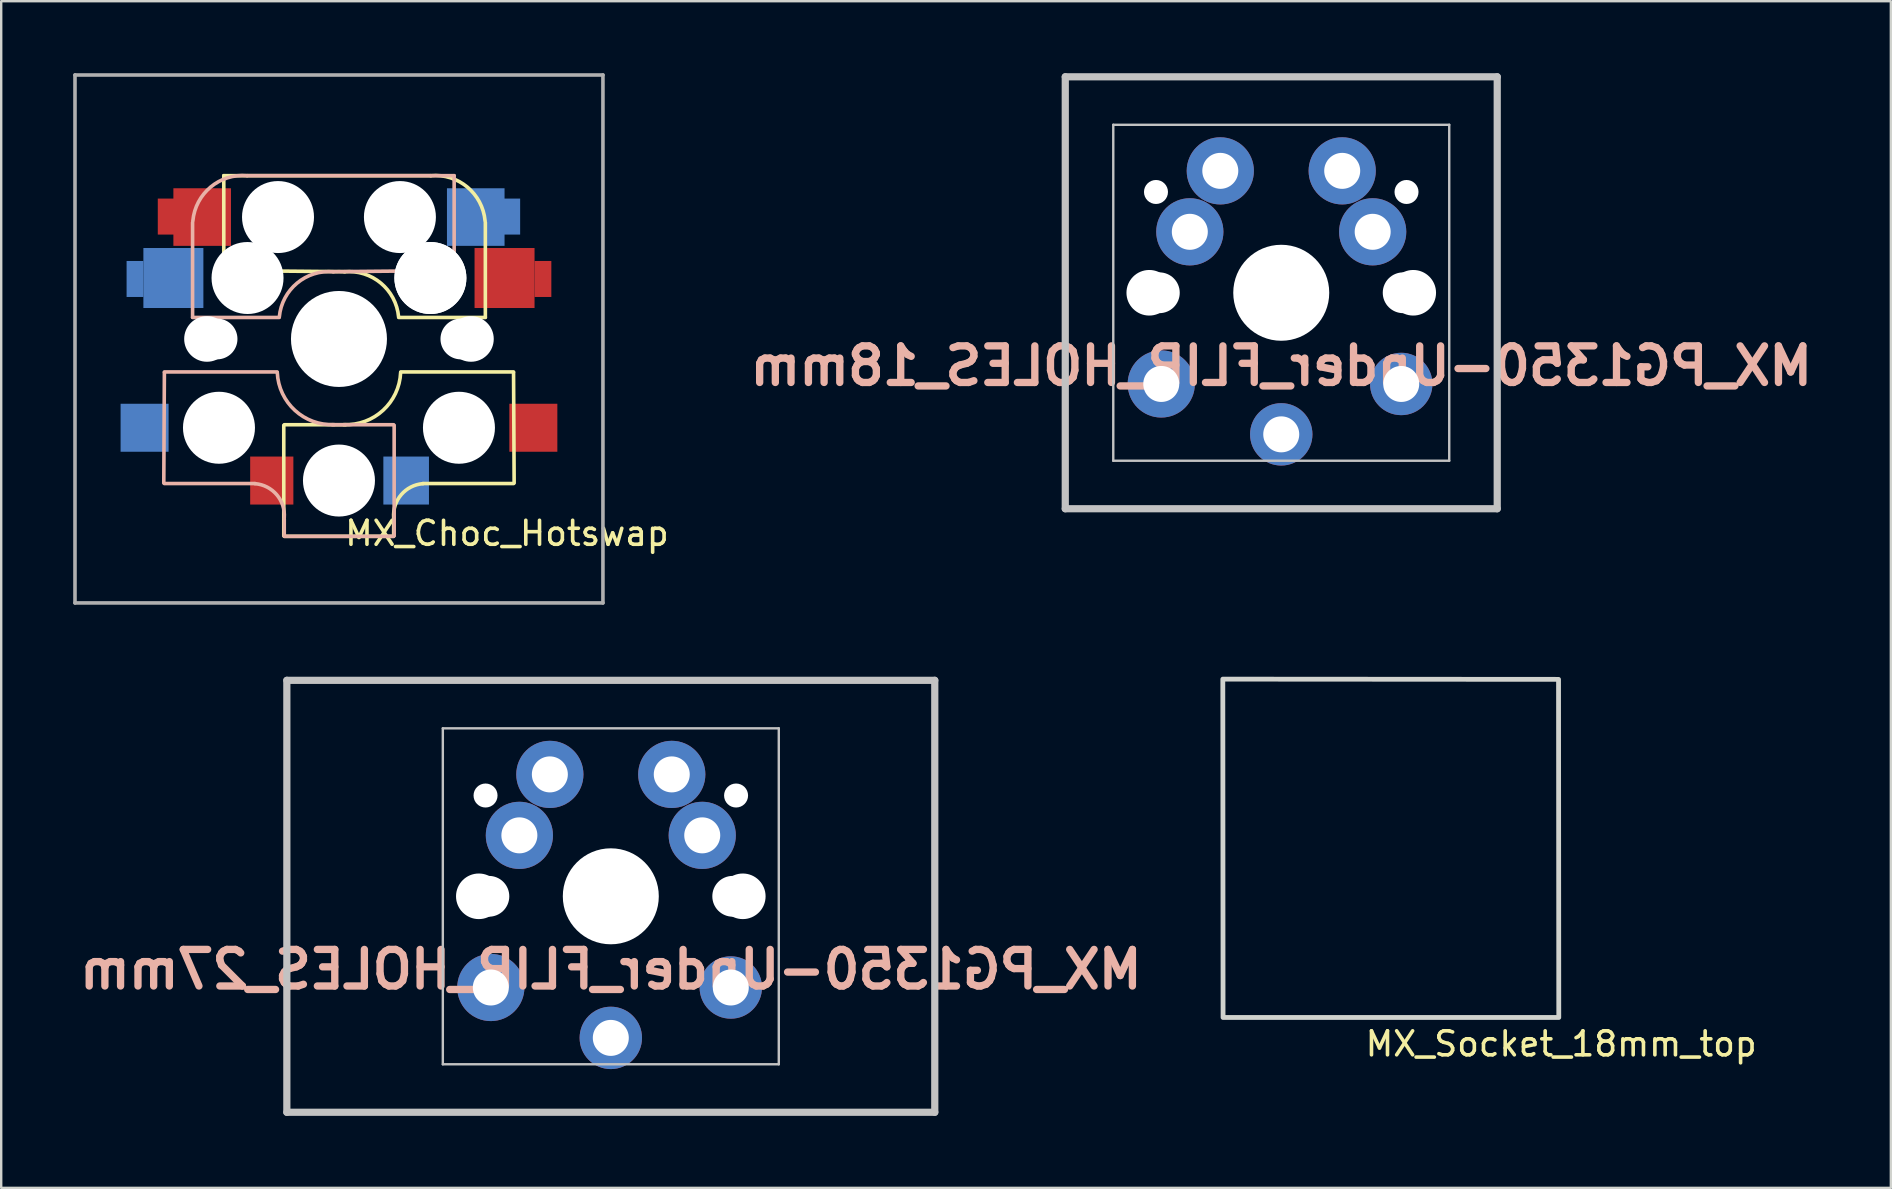
<source format=kicad_pcb>
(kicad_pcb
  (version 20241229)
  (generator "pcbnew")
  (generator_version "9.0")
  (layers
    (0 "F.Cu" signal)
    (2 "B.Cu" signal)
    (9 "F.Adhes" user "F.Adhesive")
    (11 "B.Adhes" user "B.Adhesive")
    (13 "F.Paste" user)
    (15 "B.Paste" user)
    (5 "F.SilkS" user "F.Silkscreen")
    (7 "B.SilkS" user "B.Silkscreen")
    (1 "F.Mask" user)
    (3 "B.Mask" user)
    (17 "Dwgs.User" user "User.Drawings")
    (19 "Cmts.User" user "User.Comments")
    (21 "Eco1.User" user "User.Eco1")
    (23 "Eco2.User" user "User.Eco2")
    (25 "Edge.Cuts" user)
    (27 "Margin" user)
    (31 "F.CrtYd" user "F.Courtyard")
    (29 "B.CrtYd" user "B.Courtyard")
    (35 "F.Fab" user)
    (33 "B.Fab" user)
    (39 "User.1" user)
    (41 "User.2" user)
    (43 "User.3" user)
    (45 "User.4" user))
  (footprint "MX_PG1350-Under_FLIP_HOLES_18mm"
    (layer "F.Cu")
    (at 50.341 9.15)
    (property "Reference" "MX_PG1350-Under_FLIP_HOLES_18mm" (at 0 3.048 0) (layer "B.SilkS") (effects (font (size 1.524 1.524) (thickness 0.305)) (justify mirror)))
    (attr through_hole)
    (fp_line (start -9 -9) (end 9 -9) (stroke (width 0.3) (type solid)) (layer "Dwgs.User"))
    (fp_line (start -9 9) (end -9 -9) (stroke (width 0.3) (type solid)) (layer "Dwgs.User"))
    (fp_line (start -7 -7) (end 7 -7) (stroke (width 0.1) (type solid)) (layer "Dwgs.User"))
    (fp_line (start -7 7) (end -7 -7) (stroke (width 0.1) (type solid)) (layer "Dwgs.User"))
    (fp_line (start 7 -7) (end 7 7) (stroke (width 0.1) (type solid)) (layer "Dwgs.User"))
    (fp_line (start 7 7) (end -7 7) (stroke (width 0.1) (type solid)) (layer "Dwgs.User"))
    (fp_line (start 9 -9) (end 9 9) (stroke (width 0.3) (type solid)) (layer "Dwgs.User"))
    (fp_line (start 9 9) (end -9 9) (stroke (width 0.3) (type solid)) (layer "Dwgs.User"))
    (pad "" np_thru_hole circle (at -5.5 0) (size 1.9 1.9) (drill 1.9) (layers "*.Cu" "*.Mask"))
    (pad "" np_thru_hole circle (at -5.22 -4.2) (size 1 1) (drill 1) (layers "*.Cu" "*.Mask"))
    (pad "" np_thru_hole circle (at -5.08 0) (size 1.7 1.7) (drill 1.7) (layers "*.Cu" "*.Mask"))
    (pad "" np_thru_hole circle (at 0 0) (size 4 4) (drill 4) (layers "*.Cu" "*.Mask"))
    (pad "" np_thru_hole circle (at 5.08 0) (size 1.7 1.7) (drill 1.7) (layers "*.Cu" "*.Mask"))
    (pad "" np_thru_hole circle (at 5.22 -4.2) (size 1 1) (drill 1) (layers "*.Cu" "*.Mask"))
    (pad "" np_thru_hole circle (at 5.5 0) (size 1.9 1.9) (drill 1.9) (layers "*.Cu" "*.Mask"))
    (pad "1" thru_hole circle (at -3.81 -2.54) (size 2.8 2.8) (drill 1.5) (layers "*.Cu" "*.Mask"))
    (pad "1" thru_hole circle (at -2.54 -5.08) (size 2.8 2.8) (drill 1.5) (layers "*.Cu" "*.Mask"))
    (pad "1" thru_hole circle (at 0 5.9) (size 2.6 2.6) (drill 1.5) (layers "*.Cu" "*.Mask"))
    (pad "2" thru_hole circle (at -5 3.8) (size 2.8 2.8) (drill 1.5) (layers "*.Cu" "*.Mask"))
    (pad "2" thru_hole circle (at 2.54 -5.08) (size 2.8 2.8) (drill 1.5) (layers "*.Cu" "*.Mask"))
    (pad "2" thru_hole circle (at 3.81 -2.54) (size 2.8 2.8) (drill 1.5) (layers "*.Cu" "*.Mask"))
    (pad "2" thru_hole circle (at 5 3.8) (size 2.6 2.6) (drill 1.5) (layers "*.Cu" "*.Mask")))
  (footprint "MX_Choc_Hotswap"
    (layer "F.Cu")
    (at 11.075 11.075)
    (property "Reference" "MX_Choc_Hotswap" (at 7 8.1 0) (layer "F.SilkS") (effects (font (size 1 1) (thickness 0.15))))
    (attr through_hole)
    (fp_line (start -4.8 -6.804) (end 3.825 -6.804) (stroke (width 0.15) (type solid)) (layer "F.SilkS"))
    (fp_line (start -4.8 -2.896) (end -4.8 -6.804) (stroke (width 0.15) (type solid)) (layer "F.SilkS"))
    (fp_line (start -4.8 -2.85) (end 0.25 -2.804) (stroke (width 0.15) (type solid)) (layer "F.SilkS"))
    (fp_line (start -2.3 3.6) (end -2.3 8.2) (stroke (width 0.15) (type solid)) (layer "F.SilkS"))
    (fp_line (start -2.275 3.575) (end 0.275 3.575) (stroke (width 0.15) (type solid)) (layer "F.SilkS"))
    (fp_line (start -2.275 8.225) (end 2.275 8.225) (stroke (width 0.15) (type solid)) (layer "F.SilkS"))
    (fp_line (start 2.28 7.5) (end 2.28 8.2) (stroke (width 0.15) (type solid)) (layer "F.SilkS"))
    (fp_line (start 2.575 1.375) (end 7.275 1.375) (stroke (width 0.15) (type solid)) (layer "F.SilkS"))
    (fp_line (start 3.5 6.025) (end 7.275 6.025) (stroke (width 0.15) (type solid)) (layer "F.SilkS"))
    (fp_line (start 6.1 -4.85) (end 6.1 -0.905) (stroke (width 0.15) (type solid)) (layer "F.SilkS"))
    (fp_line (start 6.1 -0.896) (end 2.49 -0.896) (stroke (width 0.15) (type solid)) (layer "F.SilkS"))
    (fp_line (start 7.275 1.4) (end 7.3 6) (stroke (width 0.15) (type solid)) (layer "F.SilkS"))
    (fp_arc (start 0.225 -2.8) (mid 1.744361 -2.328062) (end 2.485001 -0.920001) (stroke (width 0.15) (type solid)) (layer "F.SilkS"))
    (fp_arc (start 2.279999 7.449999) (mid 2.595908 6.487329) (end 3.5 6.03) (stroke (width 0.15) (type solid)) (layer "F.SilkS"))
    (fp_arc (start 2.57 1.4) (mid 1.834422 2.975843) (end 0.2 3.57) (stroke (width 0.15) (type solid)) (layer "F.SilkS"))
    (fp_arc (start 3.825 -6.804) (mid 5.347189 -6.33089) (end 6.089 -4.92) (stroke (width 0.15) (type solid)) (layer "F.SilkS"))
    (fp_line (start -7.275 1.4) (end -7.3 6) (stroke (width 0.15) (type solid)) (layer "B.SilkS"))
    (fp_line (start -6.1 -4.85) (end -6.1 -0.905) (stroke (width 0.15) (type solid)) (layer "B.SilkS"))
    (fp_line (start -6.1 -0.896) (end -2.49 -0.896) (stroke (width 0.15) (type solid)) (layer "B.SilkS"))
    (fp_line (start -3.5 6.025) (end -7.275 6.025) (stroke (width 0.15) (type solid)) (layer "B.SilkS"))
    (fp_line (start -2.575 1.375) (end -7.275 1.375) (stroke (width 0.15) (type solid)) (layer "B.SilkS"))
    (fp_line (start -2.28 7.5) (end -2.28 8.2) (stroke (width 0.15) (type solid)) (layer "B.SilkS"))
    (fp_line (start 2.275 3.575) (end -0.275 3.575) (stroke (width 0.15) (type solid)) (layer "B.SilkS"))
    (fp_line (start 2.275 8.225) (end -2.275 8.225) (stroke (width 0.15) (type solid)) (layer "B.SilkS"))
    (fp_line (start 2.3 3.6) (end 2.3 8.2) (stroke (width 0.15) (type solid)) (layer "B.SilkS"))
    (fp_line (start 4.8 -6.804) (end -3.825 -6.804) (stroke (width 0.15) (type solid)) (layer "B.SilkS"))
    (fp_line (start 4.8 -2.896) (end 4.8 -6.804) (stroke (width 0.15) (type solid)) (layer "B.SilkS"))
    (fp_line (start 4.8 -2.85) (end -0.25 -2.804) (stroke (width 0.15) (type solid)) (layer "B.SilkS"))
    (fp_arc (start -6.089 -4.92) (mid -5.347189 -6.33089) (end -3.825 -6.804) (stroke (width 0.15) (type solid)) (layer "B.SilkS"))
    (fp_arc (start -3.5 6.03) (mid -2.595908 6.48733) (end -2.28 7.45) (stroke (width 0.15) (type solid)) (layer "B.SilkS"))
    (fp_arc (start -2.484999 -0.920001) (mid -1.74436 -2.328062) (end -0.225 -2.8) (stroke (width 0.15) (type solid)) (layer "B.SilkS"))
    (fp_arc (start -0.2 3.57) (mid -1.834422 2.975843) (end -2.57 1.4) (stroke (width 0.15) (type solid)) (layer "B.SilkS"))
    (fp_line (start -9 -9) (end 9 -9) (stroke (width 0.15) (type solid)) (layer "Eco2.User"))
    (fp_line (start -9 9) (end -9 -9) (stroke (width 0.15) (type solid)) (layer "Eco2.User"))
    (fp_line (start -7 -7) (end 7 -7) (stroke (width 0.15) (type solid)) (layer "Eco2.User"))
    (fp_line (start -7 7) (end -7 -7) (stroke (width 0.15) (type solid)) (layer "Eco2.User"))
    (fp_line (start 7 -7) (end 7 7) (stroke (width 0.15) (type solid)) (layer "Eco2.User"))
    (fp_line (start 7 7) (end -7 7) (stroke (width 0.15) (type solid)) (layer "Eco2.User"))
    (fp_line (start 9 -9) (end 9 9) (stroke (width 0.15) (type solid)) (layer "Eco2.User"))
    (fp_line (start 9 9) (end -9 9) (stroke (width 0.15) (type solid)) (layer "Eco2.User"))
    (fp_line (start -11 -11) (end -11 11) (stroke (width 0.15) (type solid)) (layer "F.Fab"))
    (fp_line (start -11 11) (end 11 11) (stroke (width 0.15) (type solid)) (layer "F.Fab"))
    (fp_line (start 11 -11) (end -11 -11) (stroke (width 0.15) (type solid)) (layer "F.Fab"))
    (fp_line (start 11 11) (end 11 -11) (stroke (width 0.15) (type solid)) (layer "F.Fab"))
    (pad "" np_thru_hole circle (at -5.5 0 90) (size 1.9 1.9) (drill 1.9) (layers "*.Cu" "*.Mask"))
    (pad "" np_thru_hole circle (at -5.08 0) (size 1.7 1.7) (drill 1.7) (layers "*.Cu" "*.Mask"))
    (pad "" np_thru_hole circle (at -5 3.7 90) (size 3 3) (drill 3) (layers "*.Cu" "*.Mask"))
    (pad "" np_thru_hole circle (at -3.825 -2.58 180) (size 0.1 0.1) (drill 0.1) (layers "*.Cu" "*.Mask"))
    (pad "" np_thru_hole circle (at -3.81 -2.54 180) (size 3 3) (drill 3) (layers "*.Cu" "*.Mask"))
    (pad "" np_thru_hole circle (at -2.54 -5.08 180) (size 3 3) (drill 3) (layers "*.Cu" "*.Mask"))
    (pad "" np_thru_hole circle (at 0 0 90) (size 4 4) (drill 4) (layers "*.Cu" "*.Mask"))
    (pad "" np_thru_hole circle (at 0 5.9 90) (size 3 3) (drill 3) (layers "*.Cu" "*.Mask"))
    (pad "" np_thru_hole circle (at 2.54 -5.08 180) (size 3 3) (drill 3) (layers "*.Cu" "*.Mask"))
    (pad "" np_thru_hole circle (at 3.81 -2.54 180) (size 3 3) (drill 3) (layers "*.Cu" "*.Mask"))
    (pad "" np_thru_hole circle (at 3.81 -2.54 180) (size 3 3) (drill 3) (layers "*.Cu" "*.Mask"))
    (pad "" np_thru_hole circle (at 3.825 -2.58 180) (size 0.1 0.1) (drill 0.1) (layers "*.Cu" "*.Mask"))
    (pad "" np_thru_hole circle (at 5 3.7 270) (size 3 3) (drill 3) (layers "*.Cu" "*.Mask"))
    (pad "" np_thru_hole circle (at 5.08 0) (size 1.7 1.7) (drill 1.7) (layers "*.Cu" "*.Mask"))
    (pad "" np_thru_hole circle (at 5.5 0 90) (size 1.9 1.9) (drill 1.9) (layers "*.Cu" "*.Mask"))
    (pad "1" smd rect (at -8.5 -2.5) (size 0.7 1.5) (layers "B.Cu" "B.Mask" "B.Paste"))
    (pad "1" smd rect (at -8.1 3.7 180) (size 2 2) (layers "B.Cu" "B.Mask" "B.Paste"))
    (pad "1" smd rect (at -7.2 -5.1) (size 0.7 1.5) (layers "F.Cu" "F.Mask" "F.Paste"))
    (pad "1" smd rect (at -6.9 -2.54 180) (size 2.5 2.5) (layers "B.Cu" "B.Mask" "B.Paste"))
    (pad "1" smd rect (at -5.7 -5.08 180) (size 2.4 2.4) (layers "F.Cu" "F.Mask" "F.Paste"))
    (pad "1" smd rect (at 8.1 3.7 180) (size 2 2) (layers "F.Cu" "F.Mask" "F.Paste"))
    (pad "2" smd rect (at -2.8 5.9 180) (size 1.8 2) (layers "F.Cu" "F.Mask" "F.Paste"))
    (pad "2" smd rect (at 2.8 5.9 180) (size 1.9 2) (layers "B.Cu" "B.Mask" "B.Paste"))
    (pad "2" smd rect (at 5.7 -5.08 180) (size 2.4 2.4) (layers "B.Cu" "B.Mask" "B.Paste"))
    (pad "2" smd rect (at 6.9 -2.54 180) (size 2.5 2.5) (layers "F.Cu" "F.Mask" "F.Paste"))
    (pad "2" smd rect (at 7.2 -5.1) (size 0.7 1.5) (layers "B.Cu" "B.Mask" "B.Paste"))
    (pad "2" smd rect (at 8.5 -2.5) (size 0.7 1.5) (layers "F.Cu" "F.Mask" "F.Paste")))
  (footprint "MX_Socket_18mm_top"
    (layer "F.Cu")
    (at 54.906 32.25)
    (property "Reference" "MX_Socket_18mm_top" (at 7.1 8.2 0) (layer "F.SilkS") (effects (font (size 1 1) (thickness 0.15))))
    (attr through_hole)
    (fp_poly (pts (xy 6.99 -6.99) (xy 7 7.1) (xy -6.99 7.1) (xy -7 -7)) (stroke (width 0.2) (type solid)) (fill no) (layer "Edge.Cuts")))
  (footprint "MX_PG1350-Under_FLIP_HOLES_27mm"
    (layer "F.Cu")
    (at 22.403 34.3)
    (property "Reference" "MX_PG1350-Under_FLIP_HOLES_27mm" (at 0 3.048 0) (layer "B.SilkS") (effects (font (size 1.524 1.524) (thickness 0.305)) (justify mirror)))
    (attr through_hole)
    (fp_line (start -13.5 -9) (end 13.5 -9) (stroke (width 0.3) (type solid)) (layer "Dwgs.User"))
    (fp_line (start -13.5 9) (end -13.5 -9) (stroke (width 0.3) (type solid)) (layer "Dwgs.User"))
    (fp_line (start -7 -7) (end 7 -7) (stroke (width 0.1) (type solid)) (layer "Dwgs.User"))
    (fp_line (start -7 7) (end -7 -7) (stroke (width 0.1) (type solid)) (layer "Dwgs.User"))
    (fp_line (start 7 -7) (end 7 7) (stroke (width 0.1) (type solid)) (layer "Dwgs.User"))
    (fp_line (start 7 7) (end -7 7) (stroke (width 0.1) (type solid)) (layer "Dwgs.User"))
    (fp_line (start 13.5 -9) (end 13.5 9) (stroke (width 0.3) (type solid)) (layer "Dwgs.User"))
    (fp_line (start 13.5 9) (end -13.5 9) (stroke (width 0.3) (type solid)) (layer "Dwgs.User"))
    (pad "" np_thru_hole circle (at -5.5 0) (size 1.9 1.9) (drill 1.9) (layers "*.Cu" "*.Mask"))
    (pad "" np_thru_hole circle (at -5.22 -4.2) (size 1 1) (drill 1) (layers "*.Cu" "*.Mask"))
    (pad "" np_thru_hole circle (at -5.08 0) (size 1.7 1.7) (drill 1.7) (layers "*.Cu" "*.Mask"))
    (pad "" np_thru_hole circle (at 0 0) (size 4 4) (drill 4) (layers "*.Cu" "*.Mask"))
    (pad "" np_thru_hole circle (at 5.08 0) (size 1.7 1.7) (drill 1.7) (layers "*.Cu" "*.Mask"))
    (pad "" np_thru_hole circle (at 5.22 -4.2) (size 1 1) (drill 1) (layers "*.Cu" "*.Mask"))
    (pad "" np_thru_hole circle (at 5.5 0) (size 1.9 1.9) (drill 1.9) (layers "*.Cu" "*.Mask"))
    (pad "1" thru_hole circle (at -3.81 -2.54) (size 2.8 2.8) (drill 1.5) (layers "*.Cu" "*.Mask"))
    (pad "1" thru_hole circle (at -2.54 -5.08) (size 2.8 2.8) (drill 1.5) (layers "*.Cu" "*.Mask"))
    (pad "1" thru_hole circle (at 0 5.9) (size 2.6 2.6) (drill 1.5) (layers "*.Cu" "*.Mask"))
    (pad "2" thru_hole circle (at -5 3.8) (size 2.8 2.8) (drill 1.5) (layers "*.Cu" "*.Mask"))
    (pad "2" thru_hole circle (at 2.54 -5.08) (size 2.8 2.8) (drill 1.5) (layers "*.Cu" "*.Mask"))
    (pad "2" thru_hole circle (at 3.81 -2.54) (size 2.8 2.8) (drill 1.5) (layers "*.Cu" "*.Mask"))
    (pad "2" thru_hole circle (at 5 3.8) (size 2.6 2.6) (drill 1.5) (layers "*.Cu" "*.Mask")))
  (gr_rect
    (start -3 -3)
    (end 75.744 46.45)
    (stroke (width 0.1) (type default))
    (fill no)
    (layer "Edge.Cuts")))
</source>
